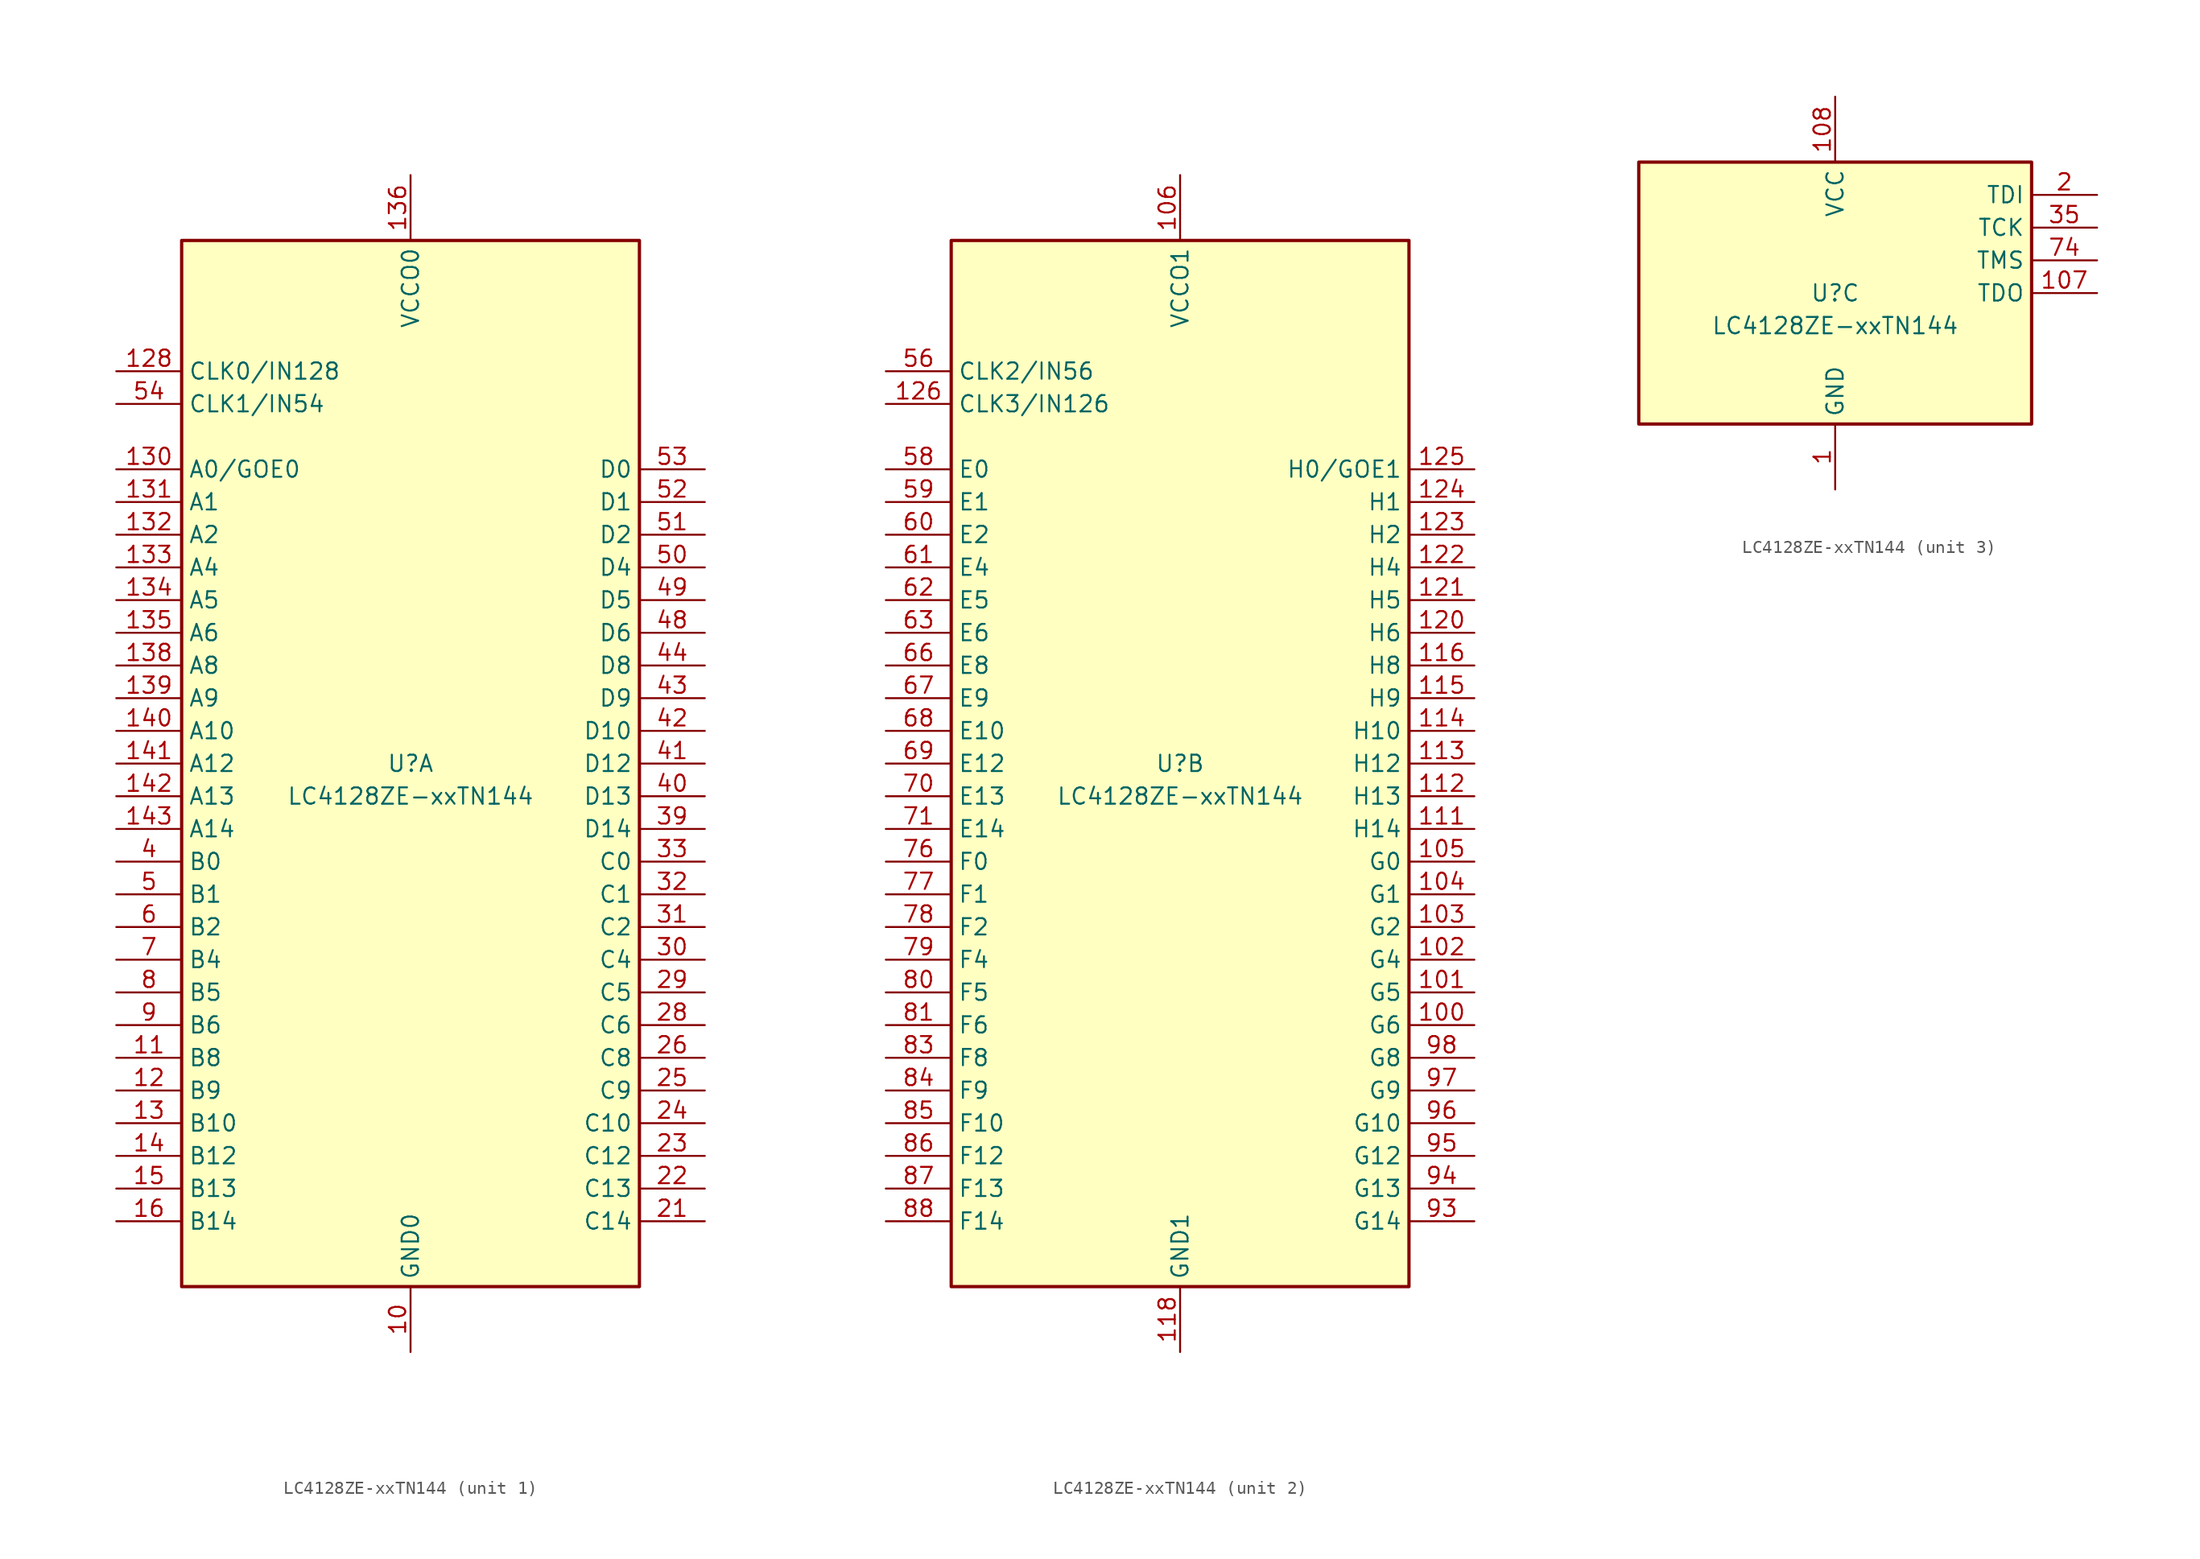
<source format=kicad_sym>
(kicad_symbol_lib
  (version 20210619)
  (generator kicad_symbol_editor)
  (symbol "Gekkio_CPLD_Lattice:LC4128ZE-xxTN144"
    (property "Reference" "U"
      (at 0 0 0)
      (effects (font (size 1.27 1.27))))
    (property "Value" "LC4128ZE-xxTN144"
      (at 0 -2.54 0)
      (effects (font (size 1.27 1.27))))
    (property "ki_locked" ""
      (at 0 0 0)
      (effects (font (size 1.27 1.27))))
    (symbol "LC4128ZE-xxTN144_1_1"
      (rectangle (start -17.78 40.64) (end 17.78 -40.64) (stroke (width 0.254)) (fill (type background)))
      (pin power_in line (at 0 -45.72 90) (length 5.08) (name "GND0" (effects (font (size 1.27 1.27)))) (number "10" (effects (font (size 1.27 1.27)))))
      (pin bidirectional line (at -22.86 -22.86 0) (length 5.08) (name "B8" (effects (font (size 1.27 1.27)))) (number "11" (effects (font (size 1.27 1.27)))))
      (pin bidirectional line (at -22.86 -25.4 0) (length 5.08) (name "B9" (effects (font (size 1.27 1.27)))) (number "12" (effects (font (size 1.27 1.27)))))
      (pin passive line (at 0 -45.72 90) (length 5.08) hide (name "GND0" (effects (font (size 1.27 1.27)))) (number "127" (effects (font (size 1.27 1.27)))))
      (pin input line (at -22.86 30.48 0) (length 5.08) (name "CLK0/IN128" (effects (font (size 1.27 1.27)))) (number "128" (effects (font (size 1.27 1.27)))))
      (pin bidirectional line (at -22.86 -27.94 0) (length 5.08) (name "B10" (effects (font (size 1.27 1.27)))) (number "13" (effects (font (size 1.27 1.27)))))
      (pin bidirectional line (at -22.86 22.86 0) (length 5.08) (name "A0/GOE0" (effects (font (size 1.27 1.27)))) (number "130" (effects (font (size 1.27 1.27)))))
      (pin bidirectional line (at -22.86 20.32 0) (length 5.08) (name "A1" (effects (font (size 1.27 1.27)))) (number "131" (effects (font (size 1.27 1.27)))))
      (pin bidirectional line (at -22.86 17.78 0) (length 5.08) (name "A2" (effects (font (size 1.27 1.27)))) (number "132" (effects (font (size 1.27 1.27)))))
      (pin bidirectional line (at -22.86 15.24 0) (length 5.08) (name "A4" (effects (font (size 1.27 1.27)))) (number "133" (effects (font (size 1.27 1.27)))))
      (pin bidirectional line (at -22.86 12.7 0) (length 5.08) (name "A5" (effects (font (size 1.27 1.27)))) (number "134" (effects (font (size 1.27 1.27)))))
      (pin bidirectional line (at -22.86 10.16 0) (length 5.08) (name "A6" (effects (font (size 1.27 1.27)))) (number "135" (effects (font (size 1.27 1.27)))))
      (pin power_in line (at 0 45.72 270) (length 5.08) (name "VCCO0" (effects (font (size 1.27 1.27)))) (number "136" (effects (font (size 1.27 1.27)))))
      (pin passive line (at 0 -45.72 90) (length 5.08) hide (name "GND0" (effects (font (size 1.27 1.27)))) (number "137" (effects (font (size 1.27 1.27)))))
      (pin bidirectional line (at -22.86 7.62 0) (length 5.08) (name "A8" (effects (font (size 1.27 1.27)))) (number "138" (effects (font (size 1.27 1.27)))))
      (pin bidirectional line (at -22.86 5.08 0) (length 5.08) (name "A9" (effects (font (size 1.27 1.27)))) (number "139" (effects (font (size 1.27 1.27)))))
      (pin bidirectional line (at -22.86 -30.48 0) (length 5.08) (name "B12" (effects (font (size 1.27 1.27)))) (number "14" (effects (font (size 1.27 1.27)))))
      (pin bidirectional line (at -22.86 2.54 0) (length 5.08) (name "A10" (effects (font (size 1.27 1.27)))) (number "140" (effects (font (size 1.27 1.27)))))
      (pin bidirectional line (at -22.86 0 0) (length 5.08) (name "A12" (effects (font (size 1.27 1.27)))) (number "141" (effects (font (size 1.27 1.27)))))
      (pin bidirectional line (at -22.86 -2.54 0) (length 5.08) (name "A13" (effects (font (size 1.27 1.27)))) (number "142" (effects (font (size 1.27 1.27)))))
      (pin bidirectional line (at -22.86 -5.08 0) (length 5.08) (name "A14" (effects (font (size 1.27 1.27)))) (number "143" (effects (font (size 1.27 1.27)))))
      (pin no_connect line (at 17.78 27.94 180) (length 5.08) hide (name "NC" (effects (font (size 1.27 1.27)))) (number "144" (effects (font (size 1.27 1.27)))))
      (pin bidirectional line (at -22.86 -33.02 0) (length 5.08) (name "B13" (effects (font (size 1.27 1.27)))) (number "15" (effects (font (size 1.27 1.27)))))
      (pin bidirectional line (at -22.86 -35.56 0) (length 5.08) (name "B14" (effects (font (size 1.27 1.27)))) (number "16" (effects (font (size 1.27 1.27)))))
      (pin no_connect line (at 17.78 38.1 180) (length 5.08) hide (name "NC" (effects (font (size 1.27 1.27)))) (number "17" (effects (font (size 1.27 1.27)))))
      (pin passive line (at 0 -45.72 90) (length 5.08) hide (name "GND0" (effects (font (size 1.27 1.27)))) (number "18" (effects (font (size 1.27 1.27)))))
      (pin passive line (at 0 45.72 270) (length 5.08) hide (name "VCCO0" (effects (font (size 1.27 1.27)))) (number "19" (effects (font (size 1.27 1.27)))))
      (pin no_connect line (at 17.78 35.56 180) (length 5.08) hide (name "NC" (effects (font (size 1.27 1.27)))) (number "20" (effects (font (size 1.27 1.27)))))
      (pin bidirectional line (at 22.86 -35.56 180) (length 5.08) (name "C14" (effects (font (size 1.27 1.27)))) (number "21" (effects (font (size 1.27 1.27)))))
      (pin bidirectional line (at 22.86 -33.02 180) (length 5.08) (name "C13" (effects (font (size 1.27 1.27)))) (number "22" (effects (font (size 1.27 1.27)))))
      (pin bidirectional line (at 22.86 -30.48 180) (length 5.08) (name "C12" (effects (font (size 1.27 1.27)))) (number "23" (effects (font (size 1.27 1.27)))))
      (pin bidirectional line (at 22.86 -27.94 180) (length 5.08) (name "C10" (effects (font (size 1.27 1.27)))) (number "24" (effects (font (size 1.27 1.27)))))
      (pin bidirectional line (at 22.86 -25.4 180) (length 5.08) (name "C9" (effects (font (size 1.27 1.27)))) (number "25" (effects (font (size 1.27 1.27)))))
      (pin bidirectional line (at 22.86 -22.86 180) (length 5.08) (name "C8" (effects (font (size 1.27 1.27)))) (number "26" (effects (font (size 1.27 1.27)))))
      (pin passive line (at 0 -45.72 90) (length 5.08) hide (name "GND0" (effects (font (size 1.27 1.27)))) (number "27" (effects (font (size 1.27 1.27)))))
      (pin bidirectional line (at 22.86 -20.32 180) (length 5.08) (name "C6" (effects (font (size 1.27 1.27)))) (number "28" (effects (font (size 1.27 1.27)))))
      (pin bidirectional line (at 22.86 -17.78 180) (length 5.08) (name "C5" (effects (font (size 1.27 1.27)))) (number "29" (effects (font (size 1.27 1.27)))))
      (pin passive line (at 0 45.72 270) (length 5.08) hide (name "VCCO0" (effects (font (size 1.27 1.27)))) (number "3" (effects (font (size 1.27 1.27)))))
      (pin bidirectional line (at 22.86 -15.24 180) (length 5.08) (name "C4" (effects (font (size 1.27 1.27)))) (number "30" (effects (font (size 1.27 1.27)))))
      (pin bidirectional line (at 22.86 -12.7 180) (length 5.08) (name "C2" (effects (font (size 1.27 1.27)))) (number "31" (effects (font (size 1.27 1.27)))))
      (pin bidirectional line (at 22.86 -10.16 180) (length 5.08) (name "C1" (effects (font (size 1.27 1.27)))) (number "32" (effects (font (size 1.27 1.27)))))
      (pin bidirectional line (at 22.86 -7.62 180) (length 5.08) (name "C0" (effects (font (size 1.27 1.27)))) (number "33" (effects (font (size 1.27 1.27)))))
      (pin passive line (at 0 45.72 270) (length 5.08) hide (name "VCCO0" (effects (font (size 1.27 1.27)))) (number "34" (effects (font (size 1.27 1.27)))))
      (pin no_connect line (at 17.78 33.02 180) (length 5.08) hide (name "NC" (effects (font (size 1.27 1.27)))) (number "38" (effects (font (size 1.27 1.27)))))
      (pin bidirectional line (at 22.86 -5.08 180) (length 5.08) (name "D14" (effects (font (size 1.27 1.27)))) (number "39" (effects (font (size 1.27 1.27)))))
      (pin bidirectional line (at -22.86 -7.62 0) (length 5.08) (name "B0" (effects (font (size 1.27 1.27)))) (number "4" (effects (font (size 1.27 1.27)))))
      (pin bidirectional line (at 22.86 -2.54 180) (length 5.08) (name "D13" (effects (font (size 1.27 1.27)))) (number "40" (effects (font (size 1.27 1.27)))))
      (pin bidirectional line (at 22.86 0 180) (length 5.08) (name "D12" (effects (font (size 1.27 1.27)))) (number "41" (effects (font (size 1.27 1.27)))))
      (pin bidirectional line (at 22.86 2.54 180) (length 5.08) (name "D10" (effects (font (size 1.27 1.27)))) (number "42" (effects (font (size 1.27 1.27)))))
      (pin bidirectional line (at 22.86 5.08 180) (length 5.08) (name "D9" (effects (font (size 1.27 1.27)))) (number "43" (effects (font (size 1.27 1.27)))))
      (pin bidirectional line (at 22.86 7.62 180) (length 5.08) (name "D8" (effects (font (size 1.27 1.27)))) (number "44" (effects (font (size 1.27 1.27)))))
      (pin no_connect line (at 17.78 30.48 180) (length 5.08) hide (name "NC" (effects (font (size 1.27 1.27)))) (number "45" (effects (font (size 1.27 1.27)))))
      (pin passive line (at 0 -45.72 90) (length 5.08) hide (name "GND0" (effects (font (size 1.27 1.27)))) (number "46" (effects (font (size 1.27 1.27)))))
      (pin passive line (at 0 45.72 270) (length 5.08) hide (name "VCCO0" (effects (font (size 1.27 1.27)))) (number "47" (effects (font (size 1.27 1.27)))))
      (pin bidirectional line (at 22.86 10.16 180) (length 5.08) (name "D6" (effects (font (size 1.27 1.27)))) (number "48" (effects (font (size 1.27 1.27)))))
      (pin bidirectional line (at 22.86 12.7 180) (length 5.08) (name "D5" (effects (font (size 1.27 1.27)))) (number "49" (effects (font (size 1.27 1.27)))))
      (pin bidirectional line (at -22.86 -10.16 0) (length 5.08) (name "B1" (effects (font (size 1.27 1.27)))) (number "5" (effects (font (size 1.27 1.27)))))
      (pin bidirectional line (at 22.86 15.24 180) (length 5.08) (name "D4" (effects (font (size 1.27 1.27)))) (number "50" (effects (font (size 1.27 1.27)))))
      (pin bidirectional line (at 22.86 17.78 180) (length 5.08) (name "D2" (effects (font (size 1.27 1.27)))) (number "51" (effects (font (size 1.27 1.27)))))
      (pin bidirectional line (at 22.86 20.32 180) (length 5.08) (name "D1" (effects (font (size 1.27 1.27)))) (number "52" (effects (font (size 1.27 1.27)))))
      (pin bidirectional line (at 22.86 22.86 180) (length 5.08) (name "D0" (effects (font (size 1.27 1.27)))) (number "53" (effects (font (size 1.27 1.27)))))
      (pin input line (at -22.86 27.94 0) (length 5.08) (name "CLK1/IN54" (effects (font (size 1.27 1.27)))) (number "54" (effects (font (size 1.27 1.27)))))
      (pin bidirectional line (at -22.86 -12.7 0) (length 5.08) (name "B2" (effects (font (size 1.27 1.27)))) (number "6" (effects (font (size 1.27 1.27)))))
      (pin bidirectional line (at -22.86 -15.24 0) (length 5.08) (name "B4" (effects (font (size 1.27 1.27)))) (number "7" (effects (font (size 1.27 1.27)))))
      (pin bidirectional line (at -22.86 -17.78 0) (length 5.08) (name "B5" (effects (font (size 1.27 1.27)))) (number "8" (effects (font (size 1.27 1.27)))))
      (pin bidirectional line (at -22.86 -20.32 0) (length 5.08) (name "B6" (effects (font (size 1.27 1.27)))) (number "9" (effects (font (size 1.27 1.27))))))
    (symbol "LC4128ZE-xxTN144_2_1"
      (rectangle (start -17.78 40.64) (end 17.78 -40.64) (stroke (width 0.254)) (fill (type background)))
      (pin bidirectional line (at 22.86 -20.32 180) (length 5.08) (name "G6" (effects (font (size 1.27 1.27)))) (number "100" (effects (font (size 1.27 1.27)))))
      (pin bidirectional line (at 22.86 -17.78 180) (length 5.08) (name "G5" (effects (font (size 1.27 1.27)))) (number "101" (effects (font (size 1.27 1.27)))))
      (pin bidirectional line (at 22.86 -15.24 180) (length 5.08) (name "G4" (effects (font (size 1.27 1.27)))) (number "102" (effects (font (size 1.27 1.27)))))
      (pin bidirectional line (at 22.86 -12.7 180) (length 5.08) (name "G2" (effects (font (size 1.27 1.27)))) (number "103" (effects (font (size 1.27 1.27)))))
      (pin bidirectional line (at 22.86 -10.16 180) (length 5.08) (name "G1" (effects (font (size 1.27 1.27)))) (number "104" (effects (font (size 1.27 1.27)))))
      (pin bidirectional line (at 22.86 -7.62 180) (length 5.08) (name "G0" (effects (font (size 1.27 1.27)))) (number "105" (effects (font (size 1.27 1.27)))))
      (pin power_in line (at 0 45.72 270) (length 5.08) (name "VCCO1" (effects (font (size 1.27 1.27)))) (number "106" (effects (font (size 1.27 1.27)))))
      (pin no_connect line (at 17.78 30.48 180) (length 5.08) hide (name "NC" (effects (font (size 1.27 1.27)))) (number "110" (effects (font (size 1.27 1.27)))))
      (pin bidirectional line (at 22.86 -5.08 180) (length 5.08) (name "H14" (effects (font (size 1.27 1.27)))) (number "111" (effects (font (size 1.27 1.27)))))
      (pin bidirectional line (at 22.86 -2.54 180) (length 5.08) (name "H13" (effects (font (size 1.27 1.27)))) (number "112" (effects (font (size 1.27 1.27)))))
      (pin bidirectional line (at 22.86 0 180) (length 5.08) (name "H12" (effects (font (size 1.27 1.27)))) (number "113" (effects (font (size 1.27 1.27)))))
      (pin bidirectional line (at 22.86 2.54 180) (length 5.08) (name "H10" (effects (font (size 1.27 1.27)))) (number "114" (effects (font (size 1.27 1.27)))))
      (pin bidirectional line (at 22.86 5.08 180) (length 5.08) (name "H9" (effects (font (size 1.27 1.27)))) (number "115" (effects (font (size 1.27 1.27)))))
      (pin bidirectional line (at 22.86 7.62 180) (length 5.08) (name "H8" (effects (font (size 1.27 1.27)))) (number "116" (effects (font (size 1.27 1.27)))))
      (pin no_connect line (at 17.78 27.94 180) (length 5.08) hide (name "NC" (effects (font (size 1.27 1.27)))) (number "117" (effects (font (size 1.27 1.27)))))
      (pin power_in line (at 0 -45.72 90) (length 5.08) (name "GND1" (effects (font (size 1.27 1.27)))) (number "118" (effects (font (size 1.27 1.27)))))
      (pin passive line (at 0 45.72 270) (length 5.08) hide (name "VCCO1" (effects (font (size 1.27 1.27)))) (number "119" (effects (font (size 1.27 1.27)))))
      (pin bidirectional line (at 22.86 10.16 180) (length 5.08) (name "H6" (effects (font (size 1.27 1.27)))) (number "120" (effects (font (size 1.27 1.27)))))
      (pin bidirectional line (at 22.86 12.7 180) (length 5.08) (name "H5" (effects (font (size 1.27 1.27)))) (number "121" (effects (font (size 1.27 1.27)))))
      (pin bidirectional line (at 22.86 15.24 180) (length 5.08) (name "H4" (effects (font (size 1.27 1.27)))) (number "122" (effects (font (size 1.27 1.27)))))
      (pin bidirectional line (at 22.86 17.78 180) (length 5.08) (name "H2" (effects (font (size 1.27 1.27)))) (number "123" (effects (font (size 1.27 1.27)))))
      (pin bidirectional line (at 22.86 20.32 180) (length 5.08) (name "H1" (effects (font (size 1.27 1.27)))) (number "124" (effects (font (size 1.27 1.27)))))
      (pin bidirectional line (at 22.86 22.86 180) (length 5.08) (name "H0/GOE1" (effects (font (size 1.27 1.27)))) (number "125" (effects (font (size 1.27 1.27)))))
      (pin input line (at -22.86 27.94 0) (length 5.08) (name "CLK3/IN126" (effects (font (size 1.27 1.27)))) (number "126" (effects (font (size 1.27 1.27)))))
      (pin passive line (at 0 -45.72 90) (length 5.08) hide (name "GND1" (effects (font (size 1.27 1.27)))) (number "55" (effects (font (size 1.27 1.27)))))
      (pin input line (at -22.86 30.48 0) (length 5.08) (name "CLK2/IN56" (effects (font (size 1.27 1.27)))) (number "56" (effects (font (size 1.27 1.27)))))
      (pin bidirectional line (at -22.86 22.86 0) (length 5.08) (name "E0" (effects (font (size 1.27 1.27)))) (number "58" (effects (font (size 1.27 1.27)))))
      (pin bidirectional line (at -22.86 20.32 0) (length 5.08) (name "E1" (effects (font (size 1.27 1.27)))) (number "59" (effects (font (size 1.27 1.27)))))
      (pin bidirectional line (at -22.86 17.78 0) (length 5.08) (name "E2" (effects (font (size 1.27 1.27)))) (number "60" (effects (font (size 1.27 1.27)))))
      (pin bidirectional line (at -22.86 15.24 0) (length 5.08) (name "E4" (effects (font (size 1.27 1.27)))) (number "61" (effects (font (size 1.27 1.27)))))
      (pin bidirectional line (at -22.86 12.7 0) (length 5.08) (name "E5" (effects (font (size 1.27 1.27)))) (number "62" (effects (font (size 1.27 1.27)))))
      (pin bidirectional line (at -22.86 10.16 0) (length 5.08) (name "E6" (effects (font (size 1.27 1.27)))) (number "63" (effects (font (size 1.27 1.27)))))
      (pin passive line (at 0 45.72 270) (length 5.08) hide (name "VCCO1" (effects (font (size 1.27 1.27)))) (number "64" (effects (font (size 1.27 1.27)))))
      (pin passive line (at 0 -45.72 90) (length 5.08) hide (name "GND1" (effects (font (size 1.27 1.27)))) (number "65" (effects (font (size 1.27 1.27)))))
      (pin bidirectional line (at -22.86 7.62 0) (length 5.08) (name "E8" (effects (font (size 1.27 1.27)))) (number "66" (effects (font (size 1.27 1.27)))))
      (pin bidirectional line (at -22.86 5.08 0) (length 5.08) (name "E9" (effects (font (size 1.27 1.27)))) (number "67" (effects (font (size 1.27 1.27)))))
      (pin bidirectional line (at -22.86 2.54 0) (length 5.08) (name "E10" (effects (font (size 1.27 1.27)))) (number "68" (effects (font (size 1.27 1.27)))))
      (pin bidirectional line (at -22.86 0 0) (length 5.08) (name "E12" (effects (font (size 1.27 1.27)))) (number "69" (effects (font (size 1.27 1.27)))))
      (pin bidirectional line (at -22.86 -2.54 0) (length 5.08) (name "E13" (effects (font (size 1.27 1.27)))) (number "70" (effects (font (size 1.27 1.27)))))
      (pin bidirectional line (at -22.86 -5.08 0) (length 5.08) (name "E14" (effects (font (size 1.27 1.27)))) (number "71" (effects (font (size 1.27 1.27)))))
      (pin no_connect line (at 17.78 38.1 180) (length 5.08) hide (name "NC" (effects (font (size 1.27 1.27)))) (number "72" (effects (font (size 1.27 1.27)))))
      (pin passive line (at 0 45.72 270) (length 5.08) hide (name "VCCO1" (effects (font (size 1.27 1.27)))) (number "75" (effects (font (size 1.27 1.27)))))
      (pin bidirectional line (at -22.86 -7.62 0) (length 5.08) (name "F0" (effects (font (size 1.27 1.27)))) (number "76" (effects (font (size 1.27 1.27)))))
      (pin bidirectional line (at -22.86 -10.16 0) (length 5.08) (name "F1" (effects (font (size 1.27 1.27)))) (number "77" (effects (font (size 1.27 1.27)))))
      (pin bidirectional line (at -22.86 -12.7 0) (length 5.08) (name "F2" (effects (font (size 1.27 1.27)))) (number "78" (effects (font (size 1.27 1.27)))))
      (pin bidirectional line (at -22.86 -15.24 0) (length 5.08) (name "F4" (effects (font (size 1.27 1.27)))) (number "79" (effects (font (size 1.27 1.27)))))
      (pin bidirectional line (at -22.86 -17.78 0) (length 5.08) (name "F5" (effects (font (size 1.27 1.27)))) (number "80" (effects (font (size 1.27 1.27)))))
      (pin bidirectional line (at -22.86 -20.32 0) (length 5.08) (name "F6" (effects (font (size 1.27 1.27)))) (number "81" (effects (font (size 1.27 1.27)))))
      (pin passive line (at 0 -45.72 90) (length 5.08) hide (name "GND1" (effects (font (size 1.27 1.27)))) (number "82" (effects (font (size 1.27 1.27)))))
      (pin bidirectional line (at -22.86 -22.86 0) (length 5.08) (name "F8" (effects (font (size 1.27 1.27)))) (number "83" (effects (font (size 1.27 1.27)))))
      (pin bidirectional line (at -22.86 -25.4 0) (length 5.08) (name "F9" (effects (font (size 1.27 1.27)))) (number "84" (effects (font (size 1.27 1.27)))))
      (pin bidirectional line (at -22.86 -27.94 0) (length 5.08) (name "F10" (effects (font (size 1.27 1.27)))) (number "85" (effects (font (size 1.27 1.27)))))
      (pin bidirectional line (at -22.86 -30.48 0) (length 5.08) (name "F12" (effects (font (size 1.27 1.27)))) (number "86" (effects (font (size 1.27 1.27)))))
      (pin bidirectional line (at -22.86 -33.02 0) (length 5.08) (name "F13" (effects (font (size 1.27 1.27)))) (number "87" (effects (font (size 1.27 1.27)))))
      (pin bidirectional line (at -22.86 -35.56 0) (length 5.08) (name "F14" (effects (font (size 1.27 1.27)))) (number "88" (effects (font (size 1.27 1.27)))))
      (pin no_connect line (at 17.78 35.56 180) (length 5.08) hide (name "NC" (effects (font (size 1.27 1.27)))) (number "89" (effects (font (size 1.27 1.27)))))
      (pin passive line (at 0 -45.72 90) (length 5.08) hide (name "GND1" (effects (font (size 1.27 1.27)))) (number "90" (effects (font (size 1.27 1.27)))))
      (pin passive line (at 0 45.72 270) (length 5.08) hide (name "VCCO1" (effects (font (size 1.27 1.27)))) (number "91" (effects (font (size 1.27 1.27)))))
      (pin no_connect line (at 17.78 33.02 180) (length 5.08) hide (name "NC" (effects (font (size 1.27 1.27)))) (number "92" (effects (font (size 1.27 1.27)))))
      (pin bidirectional line (at 22.86 -35.56 180) (length 5.08) (name "G14" (effects (font (size 1.27 1.27)))) (number "93" (effects (font (size 1.27 1.27)))))
      (pin bidirectional line (at 22.86 -33.02 180) (length 5.08) (name "G13" (effects (font (size 1.27 1.27)))) (number "94" (effects (font (size 1.27 1.27)))))
      (pin bidirectional line (at 22.86 -30.48 180) (length 5.08) (name "G12" (effects (font (size 1.27 1.27)))) (number "95" (effects (font (size 1.27 1.27)))))
      (pin bidirectional line (at 22.86 -27.94 180) (length 5.08) (name "G10" (effects (font (size 1.27 1.27)))) (number "96" (effects (font (size 1.27 1.27)))))
      (pin bidirectional line (at 22.86 -25.4 180) (length 5.08) (name "G9" (effects (font (size 1.27 1.27)))) (number "97" (effects (font (size 1.27 1.27)))))
      (pin bidirectional line (at 22.86 -22.86 180) (length 5.08) (name "G8" (effects (font (size 1.27 1.27)))) (number "98" (effects (font (size 1.27 1.27)))))
      (pin passive line (at 0 -45.72 90) (length 5.08) hide (name "GND1" (effects (font (size 1.27 1.27)))) (number "99" (effects (font (size 1.27 1.27))))))
    (symbol "LC4128ZE-xxTN144_3_1"
      (rectangle (start -15.24 10.16) (end 15.24 -10.16) (stroke (width 0.254)) (fill (type background)))
      (pin power_in line (at 0 -15.24 90) (length 5.08) (name "GND" (effects (font (size 1.27 1.27)))) (number "1" (effects (font (size 1.27 1.27)))))
      (pin output line (at 20.32 0 180) (length 5.08) (name "TDO" (effects (font (size 1.27 1.27)))) (number "107" (effects (font (size 1.27 1.27)))))
      (pin power_in line (at 0 15.24 270) (length 5.08) (name "VCC" (effects (font (size 1.27 1.27)))) (number "108" (effects (font (size 1.27 1.27)))))
      (pin passive line (at 0 -15.24 90) (length 5.08) hide (name "GND" (effects (font (size 1.27 1.27)))) (number "109" (effects (font (size 1.27 1.27)))))
      (pin passive line (at 0 15.24 270) (length 5.08) hide (name "VCC" (effects (font (size 1.27 1.27)))) (number "129" (effects (font (size 1.27 1.27)))))
      (pin input line (at 20.32 7.62 180) (length 5.08) (name "TDI" (effects (font (size 1.27 1.27)))) (number "2" (effects (font (size 1.27 1.27)))))
      (pin input line (at 20.32 5.08 180) (length 5.08) (name "TCK" (effects (font (size 1.27 1.27)))) (number "35" (effects (font (size 1.27 1.27)))))
      (pin passive line (at 0 15.24 270) (length 5.08) hide (name "VCC" (effects (font (size 1.27 1.27)))) (number "36" (effects (font (size 1.27 1.27)))))
      (pin passive line (at 0 -15.24 90) (length 5.08) hide (name "GND" (effects (font (size 1.27 1.27)))) (number "37" (effects (font (size 1.27 1.27)))))
      (pin passive line (at 0 15.24 270) (length 5.08) hide (name "VCC" (effects (font (size 1.27 1.27)))) (number "57" (effects (font (size 1.27 1.27)))))
      (pin passive line (at 0 -15.24 90) (length 5.08) hide (name "GND" (effects (font (size 1.27 1.27)))) (number "73" (effects (font (size 1.27 1.27)))))
      (pin input line (at 20.32 2.54 180) (length 5.08) (name "TMS" (effects (font (size 1.27 1.27)))) (number "74" (effects (font (size 1.27 1.27))))))))
</source>
